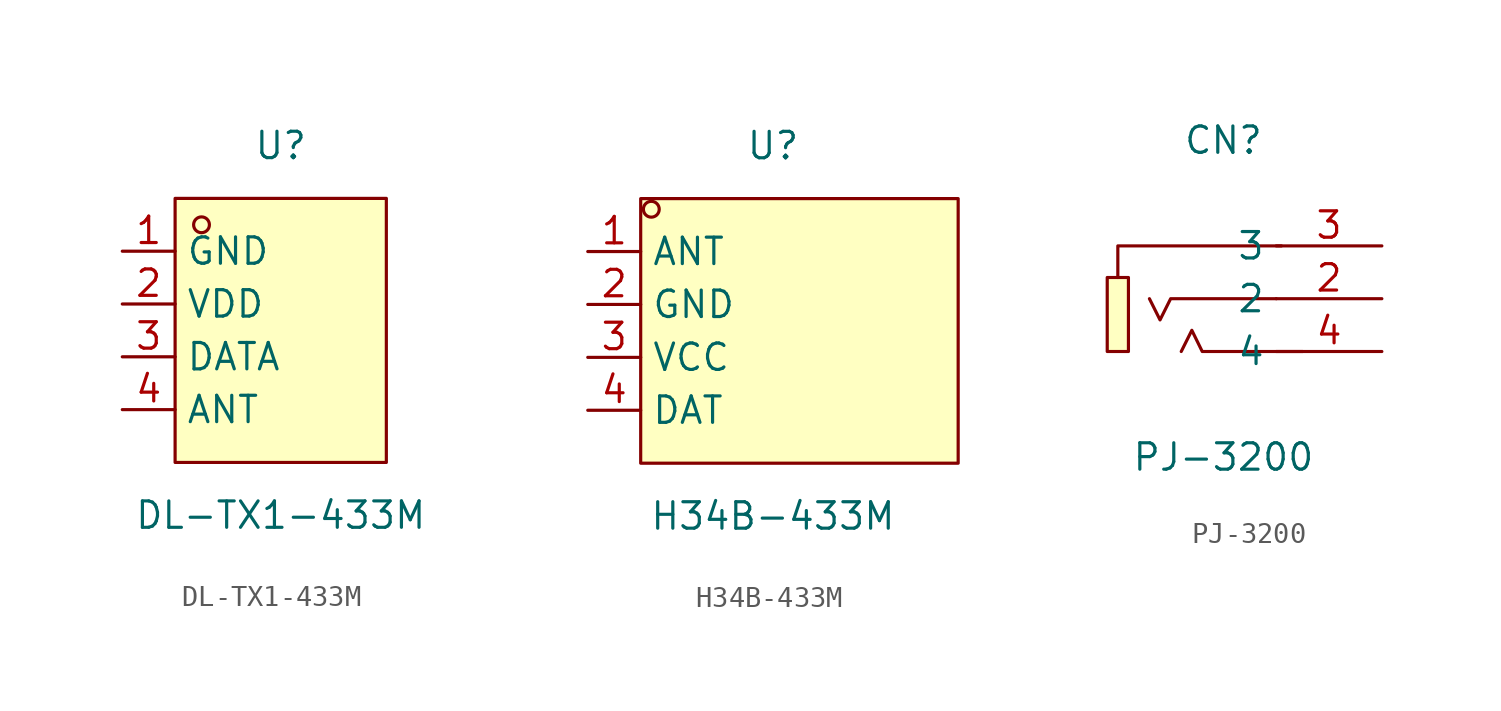
<source format=kicad_sym>
(kicad_symbol_lib
  (version 20211014)
  (generator https://github.com/uPesy/easyeda2kicad.py)
  (symbol "DL-TX1-433M"
    (property "Reference" "U"
      (at 0 7.62 0)
      (effects (font (size 1.27 1.27))))
    (property "Value" "DL-TX1-433M"
      (at 0 -10.16 0)
      (effects (font (size 1.27 1.27))))
    (symbol "DL-TX1-433M_0_1"
      (rectangle (start -5.08 5.08) (end 5.08 -7.62) (stroke (width 0) (type default) (color 0 0 0 0)) (fill (type background)))
      (circle (center -3.81 3.81) (radius 0.38) (stroke (width 0) (type default) (color 0 0 0 0)) (fill (type none)))
      (pin unspecified line (at -7.62 2.54 0) (length 2.54) (name "GND" (effects (font (size 1.27 1.27)))) (number "1" (effects (font (size 1.27 1.27)))))
      (pin unspecified line (at -7.62 -0.00 0) (length 2.54) (name "VDD" (effects (font (size 1.27 1.27)))) (number "2" (effects (font (size 1.27 1.27)))))
      (pin unspecified line (at -7.62 -2.54 0) (length 2.54) (name "DATA" (effects (font (size 1.27 1.27)))) (number "3" (effects (font (size 1.27 1.27)))))
      (pin unspecified line (at -7.62 -5.08 0) (length 2.54) (name "ANT" (effects (font (size 1.27 1.27)))) (number "4" (effects (font (size 1.27 1.27)))))))
  (symbol "H34B-433M"
    (property "Reference" "U"
      (at 0 8.89 0)
      (effects (font (size 1.27 1.27))))
    (property "Value" "H34B-433M"
      (at 0 -8.89 0)
      (effects (font (size 1.27 1.27))))
    (symbol "H34B-433M_0_1"
      (rectangle (start -6.35 6.35) (end 8.89 -6.35) (stroke (width 0) (type default) (color 0 0 0 0)) (fill (type background)))
      (circle (center -5.84 5.84) (radius 0.38) (stroke (width 0) (type default) (color 0 0 0 0)) (fill (type none)))
      (pin unspecified line (at -8.89 3.81 0) (length 2.54) (name "ANT" (effects (font (size 1.27 1.27)))) (number "1" (effects (font (size 1.27 1.27)))))
      (pin unspecified line (at -8.89 1.27 0) (length 2.54) (name "GND" (effects (font (size 1.27 1.27)))) (number "2" (effects (font (size 1.27 1.27)))))
      (pin unspecified line (at -8.89 -1.27 0) (length 2.54) (name "VCC" (effects (font (size 1.27 1.27)))) (number "3" (effects (font (size 1.27 1.27)))))
      (pin unspecified line (at -8.89 -3.81 0) (length 2.54) (name "DAT" (effects (font (size 1.27 1.27)))) (number "4" (effects (font (size 1.27 1.27)))))))
  (symbol "PJ-3200"
    (property "Reference" "CN"
      (at 0 7.62 0)
      (effects (font (size 1.27 1.27))))
    (property "Value" "PJ-3200"
      (at 0 -7.62 0)
      (effects (font (size 1.27 1.27))))
    (symbol "PJ-3200_0_1"
      (rectangle (start -5.59 1.02) (end -4.57 -2.54) (stroke (width 0) (type default) (color 0 0 0 0)) (fill (type background)))
      (polyline (pts (xy 3.81 -2.54) (xy -1.02 -2.54) (xy -1.52 -1.52) (xy -2.03 -2.54)) (stroke (width 0) (type default) (color 0 0 0 0)) (fill (type none)))
      (polyline (pts (xy 2.54 -0.00) (xy -2.54 -0.00) (xy -3.05 -1.02) (xy -3.56 -0.00)) (stroke (width 0) (type default) (color 0 0 0 0)) (fill (type none)))
      (polyline (pts (xy 2.79 2.54) (xy -5.08 2.54) (xy -5.08 1.02)) (stroke (width 0) (type default) (color 0 0 0 0)) (fill (type none)))
      (pin unspecified line (at 7.62 -2.54 180) (length 5.08) (name "4" (effects (font (size 1.27 1.27)))) (number "4" (effects (font (size 1.27 1.27)))))
      (pin unspecified line (at 7.62 -0.00 180) (length 5.08) (name "2" (effects (font (size 1.27 1.27)))) (number "2" (effects (font (size 1.27 1.27)))))
      (pin unspecified line (at 7.62 2.54 180) (length 5.08) (name "3" (effects (font (size 1.27 1.27)))) (number "3" (effects (font (size 1.27 1.27))))))))
</source>
